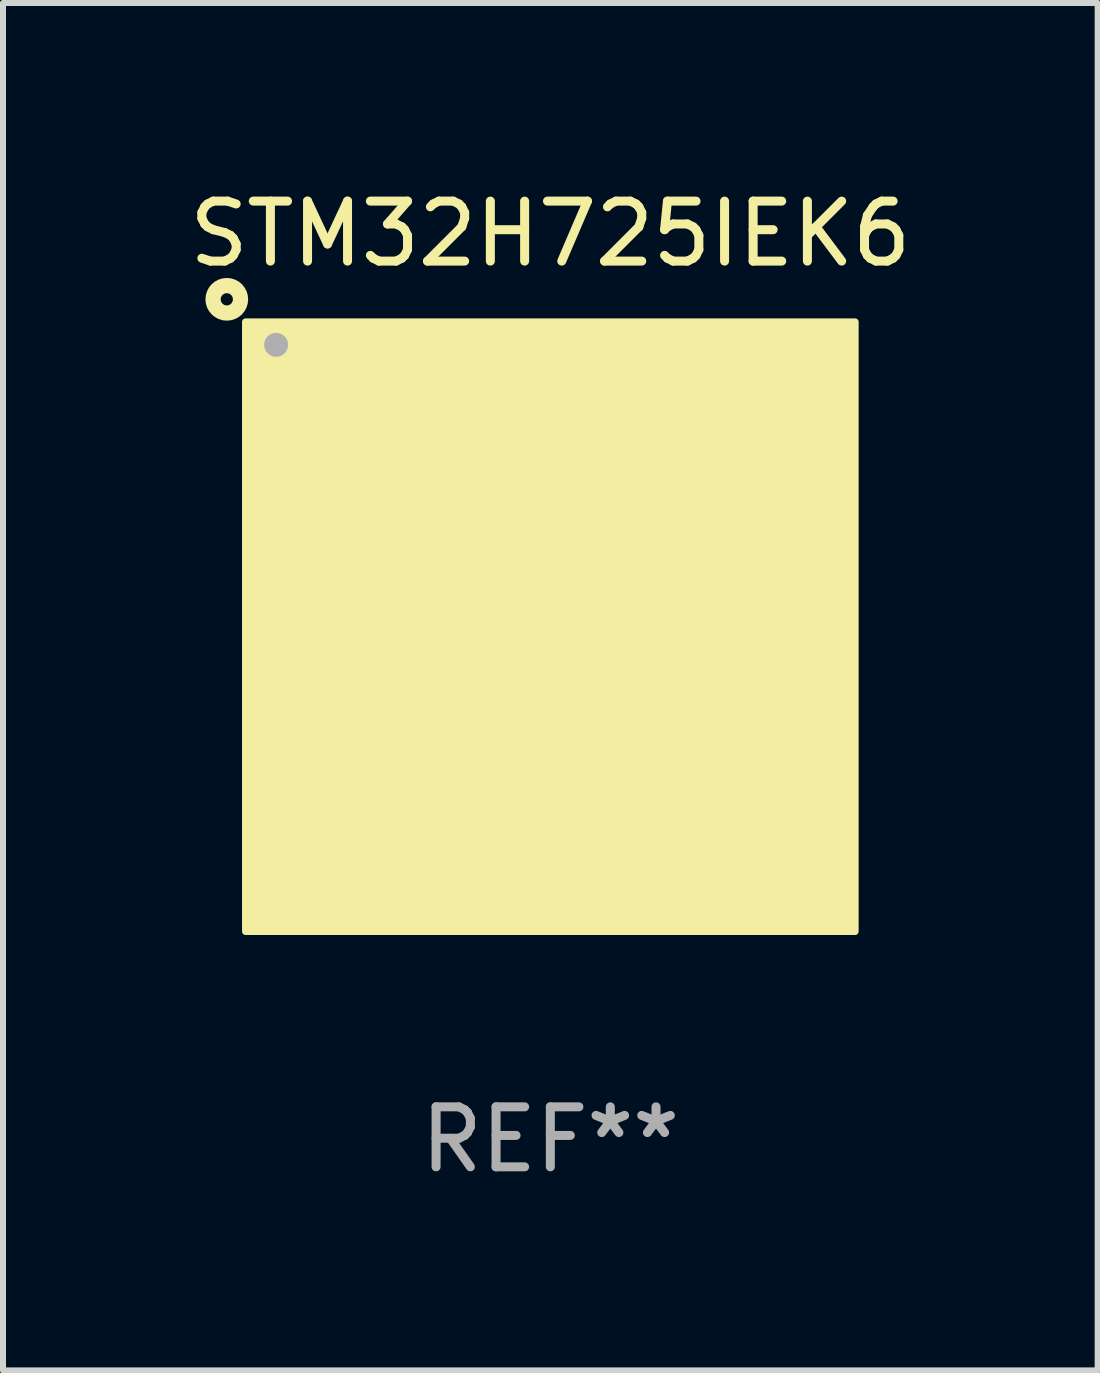
<source format=kicad_pcb>
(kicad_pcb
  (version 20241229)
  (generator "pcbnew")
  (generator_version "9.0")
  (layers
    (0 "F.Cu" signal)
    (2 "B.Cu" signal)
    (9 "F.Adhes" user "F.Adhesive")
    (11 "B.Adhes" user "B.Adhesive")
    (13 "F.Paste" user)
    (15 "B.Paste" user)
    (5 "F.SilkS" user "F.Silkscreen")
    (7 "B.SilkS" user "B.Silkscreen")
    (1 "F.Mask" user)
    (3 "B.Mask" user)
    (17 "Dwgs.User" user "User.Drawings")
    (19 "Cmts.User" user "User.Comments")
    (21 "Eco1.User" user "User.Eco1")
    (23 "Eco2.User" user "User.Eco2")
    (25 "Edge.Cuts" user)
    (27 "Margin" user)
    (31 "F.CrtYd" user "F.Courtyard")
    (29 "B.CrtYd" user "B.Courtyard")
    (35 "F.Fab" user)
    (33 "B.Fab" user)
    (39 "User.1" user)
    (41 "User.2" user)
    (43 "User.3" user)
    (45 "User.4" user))
  (footprint "STM32H725IEK6"
    (layer "F.Cu")
    (at 6.125 7.398)
    (property "Reference" "STM32H725IEK6" (at 0 -6.55 0) (layer "F.SilkS") (effects (font (size 1 1) (thickness 0.15))))
    (attr through_hole)
    (fp_circle (center -5.394 -5.458) (end -5.292 -5.458) (stroke (width 0.254) (type solid)) (fill no) (layer "F.SilkS"))
    (fp_circle (center -5 -5) (end -4.97 -5) (stroke (width 0.06) (type solid)) (fill no) (layer "F.SilkS"))
    (fp_poly (pts (xy -5.08 -5.08) (xy 5.08 -5.08) (xy 5.08 5.08) (xy -5.08 5.08)) (stroke (width 0.12) (type solid)) (fill yes) (layer "F.SilkS"))
    (fp_circle (center -4.572 -4.699) (end -4.472 -4.699) (stroke (width 0.2) (type solid)) (fill no) (layer "F.Fab"))
    (fp_text user "REF**" (at 0 8.55 0) (layer "F.Fab") (effects (font (size 1 1) (thickness 0.15))))
    (pad "A1" smd circle (at -4.55 -4.55) (size 0.3 0.3) (layers "F.Cu" "F.Mask" "F.Paste"))
    (pad "A2" smd circle (at -3.9 -4.55) (size 0.3 0.3) (layers "F.Cu" "F.Mask" "F.Paste"))
    (pad "A3" smd circle (at -3.25 -4.55) (size 0.3 0.3) (layers "F.Cu" "F.Mask" "F.Paste"))
    (pad "A4" smd circle (at -2.6 -4.55) (size 0.3 0.3) (layers "F.Cu" "F.Mask" "F.Paste"))
    (pad "A5" smd circle (at -1.95 -4.55) (size 0.3 0.3) (layers "F.Cu" "F.Mask" "F.Paste"))
    (pad "A6" smd circle (at -1.3 -4.55) (size 0.3 0.3) (layers "F.Cu" "F.Mask" "F.Paste"))
    (pad "A7" smd circle (at -0.65 -4.55) (size 0.3 0.3) (layers "F.Cu" "F.Mask" "F.Paste"))
    (pad "A8" smd circle (at -0.000127 -4.55) (size 0.3 0.3) (layers "F.Cu" "F.Mask" "F.Paste"))
    (pad "A9" smd circle (at 0.65 -4.55) (size 0.3 0.3) (layers "F.Cu" "F.Mask" "F.Paste"))
    (pad "A10" smd circle (at 1.3 -4.55) (size 0.3 0.3) (layers "F.Cu" "F.Mask" "F.Paste"))
    (pad "A11" smd circle (at 1.95 -4.55) (size 0.3 0.3) (layers "F.Cu" "F.Mask" "F.Paste"))
    (pad "A12" smd circle (at 2.6 -4.55) (size 0.3 0.3) (layers "F.Cu" "F.Mask" "F.Paste"))
    (pad "A13" smd circle (at 3.25 -4.55) (size 0.3 0.3) (layers "F.Cu" "F.Mask" "F.Paste"))
    (pad "A14" smd circle (at 3.9 -4.55) (size 0.3 0.3) (layers "F.Cu" "F.Mask" "F.Paste"))
    (pad "A15" smd circle (at 4.55 -4.55) (size 0.3 0.3) (layers "F.Cu" "F.Mask" "F.Paste"))
    (pad "B1" smd circle (at -4.55 -3.9) (size 0.3 0.3) (layers "F.Cu" "F.Mask" "F.Paste"))
    (pad "B2" smd circle (at -3.9 -3.9) (size 0.3 0.3) (layers "F.Cu" "F.Mask" "F.Paste"))
    (pad "B3" smd circle (at -3.25 -3.9) (size 0.3 0.3) (layers "F.Cu" "F.Mask" "F.Paste"))
    (pad "B4" smd circle (at -2.6 -3.9) (size 0.3 0.3) (layers "F.Cu" "F.Mask" "F.Paste"))
    (pad "B5" smd circle (at -1.95 -3.9) (size 0.3 0.3) (layers "F.Cu" "F.Mask" "F.Paste"))
    (pad "B6" smd circle (at -1.3 -3.9) (size 0.3 0.3) (layers "F.Cu" "F.Mask" "F.Paste"))
    (pad "B7" smd circle (at -0.65 -3.9) (size 0.3 0.3) (layers "F.Cu" "F.Mask" "F.Paste"))
    (pad "B8" smd circle (at 0.000127 -3.9) (size 0.3 0.3) (layers "F.Cu" "F.Mask" "F.Paste"))
    (pad "B9" smd circle (at 0.65 -3.9) (size 0.3 0.3) (layers "F.Cu" "F.Mask" "F.Paste"))
    (pad "B10" smd circle (at 1.3 -3.9) (size 0.3 0.3) (layers "F.Cu" "F.Mask" "F.Paste"))
    (pad "B11" smd circle (at 1.95 -3.9) (size 0.3 0.3) (layers "F.Cu" "F.Mask" "F.Paste"))
    (pad "B12" smd circle (at 2.6 -3.9) (size 0.3 0.3) (layers "F.Cu" "F.Mask" "F.Paste"))
    (pad "B13" smd circle (at 3.25 -3.9) (size 0.3 0.3) (layers "F.Cu" "F.Mask" "F.Paste"))
    (pad "B14" smd circle (at 3.9 -3.9) (size 0.3 0.3) (layers "F.Cu" "F.Mask" "F.Paste"))
    (pad "B15" smd circle (at 4.55 -3.9) (size 0.3 0.3) (layers "F.Cu" "F.Mask" "F.Paste"))
    (pad "C1" smd circle (at -4.55 -3.25) (size 0.3 0.3) (layers "F.Cu" "F.Mask" "F.Paste"))
    (pad "C2" smd circle (at -3.9 -3.25) (size 0.3 0.3) (layers "F.Cu" "F.Mask" "F.Paste"))
    (pad "C3" smd circle (at -3.25 -3.25) (size 0.3 0.3) (layers "F.Cu" "F.Mask" "F.Paste"))
    (pad "C4" smd circle (at -2.6 -3.25) (size 0.3 0.3) (layers "F.Cu" "F.Mask" "F.Paste"))
    (pad "C5" smd circle (at -1.95 -3.25) (size 0.3 0.3) (layers "F.Cu" "F.Mask" "F.Paste"))
    (pad "C6" smd circle (at -1.3 -3.25) (size 0.3 0.3) (layers "F.Cu" "F.Mask" "F.Paste"))
    (pad "C7" smd circle (at -0.65 -3.25) (size 0.3 0.3) (layers "F.Cu" "F.Mask" "F.Paste"))
    (pad "C8" smd circle (at 0.000127 -3.25) (size 0.3 0.3) (layers "F.Cu" "F.Mask" "F.Paste"))
    (pad "C9" smd circle (at 0.65 -3.25) (size 0.3 0.3) (layers "F.Cu" "F.Mask" "F.Paste"))
    (pad "C10" smd circle (at 1.3 -3.25) (size 0.3 0.3) (layers "F.Cu" "F.Mask" "F.Paste"))
    (pad "C11" smd circle (at 1.95 -3.25) (size 0.3 0.3) (layers "F.Cu" "F.Mask" "F.Paste"))
    (pad "C12" smd circle (at 2.6 -3.25) (size 0.3 0.3) (layers "F.Cu" "F.Mask" "F.Paste"))
    (pad "C13" smd circle (at 3.25 -3.25) (size 0.3 0.3) (layers "F.Cu" "F.Mask" "F.Paste"))
    (pad "C14" smd circle (at 3.9 -3.25) (size 0.3 0.3) (layers "F.Cu" "F.Mask" "F.Paste"))
    (pad "C15" smd circle (at 4.55 -3.25) (size 0.3 0.3) (layers "F.Cu" "F.Mask" "F.Paste"))
    (pad "D1" smd circle (at -4.55 -2.6) (size 0.3 0.3) (layers "F.Cu" "F.Mask" "F.Paste"))
    (pad "D2" smd circle (at -3.9 -2.6) (size 0.3 0.3) (layers "F.Cu" "F.Mask" "F.Paste"))
    (pad "D3" smd circle (at -3.25 -2.6) (size 0.3 0.3) (layers "F.Cu" "F.Mask" "F.Paste"))
    (pad "D4" smd circle (at -2.6 -2.6) (size 0.3 0.3) (layers "F.Cu" "F.Mask" "F.Paste"))
    (pad "D5" smd circle (at -1.95 -2.6) (size 0.3 0.3) (layers "F.Cu" "F.Mask" "F.Paste"))
    (pad "D6" smd circle (at -1.3 -2.6) (size 0.3 0.3) (layers "F.Cu" "F.Mask" "F.Paste"))
    (pad "D7" smd circle (at -0.65 -2.6) (size 0.3 0.3) (layers "F.Cu" "F.Mask" "F.Paste"))
    (pad "D8" smd circle (at -0.000127 -2.6) (size 0.3 0.3) (layers "F.Cu" "F.Mask" "F.Paste"))
    (pad "D9" smd circle (at 0.65 -2.6) (size 0.3 0.3) (layers "F.Cu" "F.Mask" "F.Paste"))
    (pad "D10" smd circle (at 1.3 -2.6) (size 0.3 0.3) (layers "F.Cu" "F.Mask" "F.Paste"))
    (pad "D11" smd circle (at 1.95 -2.6) (size 0.3 0.3) (layers "F.Cu" "F.Mask" "F.Paste"))
    (pad "D12" smd circle (at 2.6 -2.6) (size 0.3 0.3) (layers "F.Cu" "F.Mask" "F.Paste"))
    (pad "D13" smd circle (at 3.25 -2.6) (size 0.3 0.3) (layers "F.Cu" "F.Mask" "F.Paste"))
    (pad "D14" smd circle (at 3.9 -2.6) (size 0.3 0.3) (layers "F.Cu" "F.Mask" "F.Paste"))
    (pad "D15" smd circle (at 4.55 -2.6) (size 0.3 0.3) (layers "F.Cu" "F.Mask" "F.Paste"))
    (pad "E1" smd circle (at -4.55 -1.95) (size 0.3 0.3) (layers "F.Cu" "F.Mask" "F.Paste"))
    (pad "E2" smd circle (at -3.9 -1.95) (size 0.3 0.3) (layers "F.Cu" "F.Mask" "F.Paste"))
    (pad "E3" smd circle (at -3.25 -1.95) (size 0.3 0.3) (layers "F.Cu" "F.Mask" "F.Paste"))
    (pad "E4" smd circle (at -2.6 -1.95) (size 0.3 0.3) (layers "F.Cu" "F.Mask" "F.Paste"))
    (pad "E12" smd circle (at 2.6 -1.95) (size 0.3 0.3) (layers "F.Cu" "F.Mask" "F.Paste"))
    (pad "E13" smd circle (at 3.25 -1.95) (size 0.3 0.3) (layers "F.Cu" "F.Mask" "F.Paste"))
    (pad "E14" smd circle (at 3.9 -1.95) (size 0.3 0.3) (layers "F.Cu" "F.Mask" "F.Paste"))
    (pad "E15" smd circle (at 4.55 -1.95) (size 0.3 0.3) (layers "F.Cu" "F.Mask" "F.Paste"))
    (pad "F1" smd circle (at -4.55 -1.3) (size 0.3 0.3) (layers "F.Cu" "F.Mask" "F.Paste"))
    (pad "F2" smd circle (at -3.9 -1.3) (size 0.3 0.3) (layers "F.Cu" "F.Mask" "F.Paste"))
    (pad "F3" smd circle (at -3.25 -1.3) (size 0.3 0.3) (layers "F.Cu" "F.Mask" "F.Paste"))
    (pad "F4" smd circle (at -2.6 -1.3) (size 0.3 0.3) (layers "F.Cu" "F.Mask" "F.Paste"))
    (pad "F6" smd circle (at -1.3 -1.3) (size 0.3 0.3) (layers "F.Cu" "F.Mask" "F.Paste"))
    (pad "F7" smd circle (at -0.65 -1.3) (size 0.3 0.3) (layers "F.Cu" "F.Mask" "F.Paste"))
    (pad "F8" smd circle (at 0.000127 -1.3) (size 0.3 0.3) (layers "F.Cu" "F.Mask" "F.Paste"))
    (pad "F9" smd circle (at 0.65 -1.3) (size 0.3 0.3) (layers "F.Cu" "F.Mask" "F.Paste"))
    (pad "F10" smd circle (at 1.3 -1.3) (size 0.3 0.3) (layers "F.Cu" "F.Mask" "F.Paste"))
    (pad "F12" smd circle (at 2.6 -1.3) (size 0.3 0.3) (layers "F.Cu" "F.Mask" "F.Paste"))
    (pad "F13" smd circle (at 3.25 -1.3) (size 0.3 0.3) (layers "F.Cu" "F.Mask" "F.Paste"))
    (pad "F14" smd circle (at 3.9 -1.3) (size 0.3 0.3) (layers "F.Cu" "F.Mask" "F.Paste"))
    (pad "F15" smd circle (at 4.55 -1.3) (size 0.3 0.3) (layers "F.Cu" "F.Mask" "F.Paste"))
    (pad "G1" smd circle (at -4.55 -0.65) (size 0.3 0.3) (layers "F.Cu" "F.Mask" "F.Paste"))
    (pad "G2" smd circle (at -3.9 -0.65) (size 0.3 0.3) (layers "F.Cu" "F.Mask" "F.Paste"))
    (pad "G3" smd circle (at -3.25 -0.65) (size 0.3 0.3) (layers "F.Cu" "F.Mask" "F.Paste"))
    (pad "G4" smd circle (at -2.6 -0.65) (size 0.3 0.3) (layers "F.Cu" "F.Mask" "F.Paste"))
    (pad "G6" smd circle (at -1.3 -0.65) (size 0.3 0.3) (layers "F.Cu" "F.Mask" "F.Paste"))
    (pad "G7" smd circle (at -0.65 -0.65) (size 0.3 0.3) (layers "F.Cu" "F.Mask" "F.Paste"))
    (pad "G8" smd circle (at -0.000127 -0.65) (size 0.3 0.3) (layers "F.Cu" "F.Mask" "F.Paste"))
    (pad "G9" smd circle (at 0.65 -0.65) (size 0.3 0.3) (layers "F.Cu" "F.Mask" "F.Paste"))
    (pad "G10" smd circle (at 1.3 -0.65) (size 0.3 0.3) (layers "F.Cu" "F.Mask" "F.Paste"))
    (pad "G12" smd circle (at 2.6 -0.65) (size 0.3 0.3) (layers "F.Cu" "F.Mask" "F.Paste"))
    (pad "G13" smd circle (at 3.25 -0.65) (size 0.3 0.3) (layers "F.Cu" "F.Mask" "F.Paste"))
    (pad "G14" smd circle (at 3.9 -0.65) (size 0.3 0.3) (layers "F.Cu" "F.Mask" "F.Paste"))
    (pad "G15" smd circle (at 4.55 -0.65) (size 0.3 0.3) (layers "F.Cu" "F.Mask" "F.Paste"))
    (pad "H1" smd circle (at -4.55 -0.000127) (size 0.3 0.3) (layers "F.Cu" "F.Mask" "F.Paste"))
    (pad "H2" smd circle (at -3.9 -0.000127) (size 0.3 0.3) (layers "F.Cu" "F.Mask" "F.Paste"))
    (pad "H3" smd circle (at -3.25 -0.000127) (size 0.3 0.3) (layers "F.Cu" "F.Mask" "F.Paste"))
    (pad "H4" smd circle (at -2.6 -0.000127) (size 0.3 0.3) (layers "F.Cu" "F.Mask" "F.Paste"))
    (pad "H6" smd circle (at -1.3 -0.000127) (size 0.3 0.3) (layers "F.Cu" "F.Mask" "F.Paste"))
    (pad "H7" smd circle (at -0.65 -0.000127) (size 0.3 0.3) (layers "F.Cu" "F.Mask" "F.Paste"))
    (pad "H8" smd circle (at -0.000127 -0.000127) (size 0.3 0.3) (layers "F.Cu" "F.Mask" "F.Paste"))
    (pad "H9" smd circle (at 0.65 -0.000127) (size 0.3 0.3) (layers "F.Cu" "F.Mask" "F.Paste"))
    (pad "H10" smd circle (at 1.3 -0.000127) (size 0.3 0.3) (layers "F.Cu" "F.Mask" "F.Paste"))
    (pad "H12" smd circle (at 2.6 -0.000127) (size 0.3 0.3) (layers "F.Cu" "F.Mask" "F.Paste"))
    (pad "H13" smd circle (at 3.25 -0.000127) (size 0.3 0.3) (layers "F.Cu" "F.Mask" "F.Paste"))
    (pad "H14" smd circle (at 3.9 -0.000127) (size 0.3 0.3) (layers "F.Cu" "F.Mask" "F.Paste"))
    (pad "H15" smd circle (at 4.55 -0.000127) (size 0.3 0.3) (layers "F.Cu" "F.Mask" "F.Paste"))
    (pad "J1" smd circle (at -4.55 0.65) (size 0.3 0.3) (layers "F.Cu" "F.Mask" "F.Paste"))
    (pad "J2" smd circle (at -3.9 0.65) (size 0.3 0.3) (layers "F.Cu" "F.Mask" "F.Paste"))
    (pad "J3" smd circle (at -3.25 0.65) (size 0.3 0.3) (layers "F.Cu" "F.Mask" "F.Paste"))
    (pad "J4" smd circle (at -2.6 0.65) (size 0.3 0.3) (layers "F.Cu" "F.Mask" "F.Paste"))
    (pad "J6" smd circle (at -1.3 0.65) (size 0.3 0.3) (layers "F.Cu" "F.Mask" "F.Paste"))
    (pad "J7" smd circle (at -0.65 0.65) (size 0.3 0.3) (layers "F.Cu" "F.Mask" "F.Paste"))
    (pad "J8" smd circle (at -0.000127 0.65) (size 0.3 0.3) (layers "F.Cu" "F.Mask" "F.Paste"))
    (pad "J9" smd circle (at 0.65 0.65) (size 0.3 0.3) (layers "F.Cu" "F.Mask" "F.Paste"))
    (pad "J10" smd circle (at 1.3 0.65) (size 0.3 0.3) (layers "F.Cu" "F.Mask" "F.Paste"))
    (pad "J12" smd circle (at 2.6 0.65) (size 0.3 0.3) (layers "F.Cu" "F.Mask" "F.Paste"))
    (pad "J13" smd circle (at 3.25 0.65) (size 0.3 0.3) (layers "F.Cu" "F.Mask" "F.Paste"))
    (pad "J14" smd circle (at 3.9 0.65) (size 0.3 0.3) (layers "F.Cu" "F.Mask" "F.Paste"))
    (pad "J15" smd circle (at 4.55 0.65) (size 0.3 0.3) (layers "F.Cu" "F.Mask" "F.Paste"))
    (pad "K1" smd circle (at -4.55 1.3) (size 0.3 0.3) (layers "F.Cu" "F.Mask" "F.Paste"))
    (pad "K2" smd circle (at -3.9 1.3) (size 0.3 0.3) (layers "F.Cu" "F.Mask" "F.Paste"))
    (pad "K3" smd circle (at -3.25 1.3) (size 0.3 0.3) (layers "F.Cu" "F.Mask" "F.Paste"))
    (pad "K4" smd circle (at -2.6 1.3) (size 0.3 0.3) (layers "F.Cu" "F.Mask" "F.Paste"))
    (pad "K6" smd circle (at -1.3 1.3) (size 0.3 0.3) (layers "F.Cu" "F.Mask" "F.Paste"))
    (pad "K7" smd circle (at -0.65 1.3) (size 0.3 0.3) (layers "F.Cu" "F.Mask" "F.Paste"))
    (pad "K8" smd circle (at 0.000127 1.3) (size 0.3 0.3) (layers "F.Cu" "F.Mask" "F.Paste"))
    (pad "K9" smd circle (at 0.65 1.3) (size 0.3 0.3) (layers "F.Cu" "F.Mask" "F.Paste"))
    (pad "K10" smd circle (at 1.3 1.3) (size 0.3 0.3) (layers "F.Cu" "F.Mask" "F.Paste"))
    (pad "K12" smd circle (at 2.6 1.3) (size 0.3 0.3) (layers "F.Cu" "F.Mask" "F.Paste"))
    (pad "K13" smd circle (at 3.25 1.3) (size 0.3 0.3) (layers "F.Cu" "F.Mask" "F.Paste"))
    (pad "K14" smd circle (at 3.9 1.3) (size 0.3 0.3) (layers "F.Cu" "F.Mask" "F.Paste"))
    (pad "K15" smd circle (at 4.55 1.3) (size 0.3 0.3) (layers "F.Cu" "F.Mask" "F.Paste"))
    (pad "L1" smd circle (at -4.55 1.95) (size 0.3 0.3) (layers "F.Cu" "F.Mask" "F.Paste"))
    (pad "L2" smd circle (at -3.9 1.95) (size 0.3 0.3) (layers "F.Cu" "F.Mask" "F.Paste"))
    (pad "L3" smd circle (at -3.25 1.95) (size 0.3 0.3) (layers "F.Cu" "F.Mask" "F.Paste"))
    (pad "L4" smd circle (at -2.6 1.95) (size 0.3 0.3) (layers "F.Cu" "F.Mask" "F.Paste"))
    (pad "L12" smd circle (at 2.6 1.95) (size 0.3 0.3) (layers "F.Cu" "F.Mask" "F.Paste"))
    (pad "L13" smd circle (at 3.25 1.95) (size 0.3 0.3) (layers "F.Cu" "F.Mask" "F.Paste"))
    (pad "L14" smd circle (at 3.9 1.95) (size 0.3 0.3) (layers "F.Cu" "F.Mask" "F.Paste"))
    (pad "L15" smd circle (at 4.55 1.95) (size 0.3 0.3) (layers "F.Cu" "F.Mask" "F.Paste"))
    (pad "M1" smd circle (at -4.55 2.6) (size 0.3 0.3) (layers "F.Cu" "F.Mask" "F.Paste"))
    (pad "M2" smd circle (at -3.9 2.6) (size 0.3 0.3) (layers "F.Cu" "F.Mask" "F.Paste"))
    (pad "M3" smd circle (at -3.25 2.6) (size 0.3 0.3) (layers "F.Cu" "F.Mask" "F.Paste"))
    (pad "M4" smd circle (at -2.6 2.6) (size 0.3 0.3) (layers "F.Cu" "F.Mask" "F.Paste"))
    (pad "M5" smd circle (at -1.95 2.6) (size 0.3 0.3) (layers "F.Cu" "F.Mask" "F.Paste"))
    (pad "M6" smd circle (at -1.3 2.6) (size 0.3 0.3) (layers "F.Cu" "F.Mask" "F.Paste"))
    (pad "M7" smd circle (at -0.65 2.6) (size 0.3 0.3) (layers "F.Cu" "F.Mask" "F.Paste"))
    (pad "M8" smd circle (at -0.000127 2.6) (size 0.3 0.3) (layers "F.Cu" "F.Mask" "F.Paste"))
    (pad "M9" smd circle (at 0.65 2.6) (size 0.3 0.3) (layers "F.Cu" "F.Mask" "F.Paste"))
    (pad "M10" smd circle (at 1.3 2.6) (size 0.3 0.3) (layers "F.Cu" "F.Mask" "F.Paste"))
    (pad "M11" smd circle (at 1.95 2.6) (size 0.3 0.3) (layers "F.Cu" "F.Mask" "F.Paste"))
    (pad "M12" smd circle (at 2.6 2.6) (size 0.3 0.3) (layers "F.Cu" "F.Mask" "F.Paste"))
    (pad "M13" smd circle (at 3.25 2.6) (size 0.3 0.3) (layers "F.Cu" "F.Mask" "F.Paste"))
    (pad "M14" smd circle (at 3.9 2.6) (size 0.3 0.3) (layers "F.Cu" "F.Mask" "F.Paste"))
    (pad "M15" smd circle (at 4.55 2.6) (size 0.3 0.3) (layers "F.Cu" "F.Mask" "F.Paste"))
    (pad "N1" smd circle (at -4.55 3.25) (size 0.3 0.3) (layers "F.Cu" "F.Mask" "F.Paste"))
    (pad "N2" smd circle (at -3.9 3.25) (size 0.3 0.3) (layers "F.Cu" "F.Mask" "F.Paste"))
    (pad "N3" smd circle (at -3.25 3.25) (size 0.3 0.3) (layers "F.Cu" "F.Mask" "F.Paste"))
    (pad "N4" smd circle (at -2.6 3.25) (size 0.3 0.3) (layers "F.Cu" "F.Mask" "F.Paste"))
    (pad "N5" smd circle (at -1.95 3.25) (size 0.3 0.3) (layers "F.Cu" "F.Mask" "F.Paste"))
    (pad "N6" smd circle (at -1.3 3.25) (size 0.3 0.3) (layers "F.Cu" "F.Mask" "F.Paste"))
    (pad "N7" smd circle (at -0.65 3.25) (size 0.3 0.3) (layers "F.Cu" "F.Mask" "F.Paste"))
    (pad "N8" smd circle (at -0.000127 3.25) (size 0.3 0.3) (layers "F.Cu" "F.Mask" "F.Paste"))
    (pad "N9" smd circle (at 0.65 3.25) (size 0.3 0.3) (layers "F.Cu" "F.Mask" "F.Paste"))
    (pad "N10" smd circle (at 1.3 3.25) (size 0.3 0.3) (layers "F.Cu" "F.Mask" "F.Paste"))
    (pad "N11" smd circle (at 1.95 3.25) (size 0.3 0.3) (layers "F.Cu" "F.Mask" "F.Paste"))
    (pad "N12" smd circle (at 2.6 3.25) (size 0.3 0.3) (layers "F.Cu" "F.Mask" "F.Paste"))
    (pad "N13" smd circle (at 3.25 3.25) (size 0.3 0.3) (layers "F.Cu" "F.Mask" "F.Paste"))
    (pad "N14" smd circle (at 3.9 3.25) (size 0.3 0.3) (layers "F.Cu" "F.Mask" "F.Paste"))
    (pad "N15" smd circle (at 4.55 3.25) (size 0.3 0.3) (layers "F.Cu" "F.Mask" "F.Paste"))
    (pad "P1" smd circle (at -4.55 3.9) (size 0.3 0.3) (layers "F.Cu" "F.Mask" "F.Paste"))
    (pad "P2" smd circle (at -3.9 3.9) (size 0.3 0.3) (layers "F.Cu" "F.Mask" "F.Paste"))
    (pad "P3" smd circle (at -3.25 3.9) (size 0.3 0.3) (layers "F.Cu" "F.Mask" "F.Paste"))
    (pad "P4" smd circle (at -2.6 3.9) (size 0.3 0.3) (layers "F.Cu" "F.Mask" "F.Paste"))
    (pad "P5" smd circle (at -1.95 3.9) (size 0.3 0.3) (layers "F.Cu" "F.Mask" "F.Paste"))
    (pad "P6" smd circle (at -1.3 3.9) (size 0.3 0.3) (layers "F.Cu" "F.Mask" "F.Paste"))
    (pad "P7" smd circle (at -0.65 3.9) (size 0.3 0.3) (layers "F.Cu" "F.Mask" "F.Paste"))
    (pad "P8" smd circle (at 0.000127 3.9) (size 0.3 0.3) (layers "F.Cu" "F.Mask" "F.Paste"))
    (pad "P9" smd circle (at 0.65 3.9) (size 0.3 0.3) (layers "F.Cu" "F.Mask" "F.Paste"))
    (pad "P10" smd circle (at 1.3 3.9) (size 0.3 0.3) (layers "F.Cu" "F.Mask" "F.Paste"))
    (pad "P11" smd circle (at 1.95 3.9) (size 0.3 0.3) (layers "F.Cu" "F.Mask" "F.Paste"))
    (pad "P12" smd circle (at 2.6 3.9) (size 0.3 0.3) (layers "F.Cu" "F.Mask" "F.Paste"))
    (pad "P13" smd circle (at 3.25 3.9) (size 0.3 0.3) (layers "F.Cu" "F.Mask" "F.Paste"))
    (pad "P14" smd circle (at 3.9 3.9) (size 0.3 0.3) (layers "F.Cu" "F.Mask" "F.Paste"))
    (pad "P15" smd circle (at 4.55 3.9) (size 0.3 0.3) (layers "F.Cu" "F.Mask" "F.Paste"))
    (pad "R1" smd circle (at -4.55 4.55) (size 0.3 0.3) (layers "F.Cu" "F.Mask" "F.Paste"))
    (pad "R2" smd circle (at -3.9 4.55) (size 0.3 0.3) (layers "F.Cu" "F.Mask" "F.Paste"))
    (pad "R3" smd circle (at -3.25 4.55) (size 0.3 0.3) (layers "F.Cu" "F.Mask" "F.Paste"))
    (pad "R4" smd circle (at -2.6 4.55) (size 0.3 0.3) (layers "F.Cu" "F.Mask" "F.Paste"))
    (pad "R5" smd circle (at -1.95 4.55) (size 0.3 0.3) (layers "F.Cu" "F.Mask" "F.Paste"))
    (pad "R6" smd circle (at -1.3 4.55) (size 0.3 0.3) (layers "F.Cu" "F.Mask" "F.Paste"))
    (pad "R7" smd circle (at -0.65 4.55) (size 0.3 0.3) (layers "F.Cu" "F.Mask" "F.Paste"))
    (pad "R8" smd circle (at -0.000127 4.55) (size 0.3 0.3) (layers "F.Cu" "F.Mask" "F.Paste"))
    (pad "R9" smd circle (at 0.65 4.55) (size 0.3 0.3) (layers "F.Cu" "F.Mask" "F.Paste"))
    (pad "R10" smd circle (at 1.3 4.55) (size 0.3 0.3) (layers "F.Cu" "F.Mask" "F.Paste"))
    (pad "R11" smd circle (at 1.95 4.55) (size 0.3 0.3) (layers "F.Cu" "F.Mask" "F.Paste"))
    (pad "R12" smd circle (at 2.6 4.55) (size 0.3 0.3) (layers "F.Cu" "F.Mask" "F.Paste"))
    (pad "R13" smd circle (at 3.25 4.55) (size 0.3 0.3) (layers "F.Cu" "F.Mask" "F.Paste"))
    (pad "R14" smd circle (at 3.9 4.55) (size 0.3 0.3) (layers "F.Cu" "F.Mask" "F.Paste"))
    (pad "R15" smd circle (at 4.55 4.55) (size 0.3 0.3) (layers "F.Cu" "F.Mask" "F.Paste")))
  (gr_rect
    (start -3 -3)
    (end 15.25 19.797)
    (stroke (width 0.1) (type default))
    (fill no)
    (layer "Edge.Cuts")))
</source>
